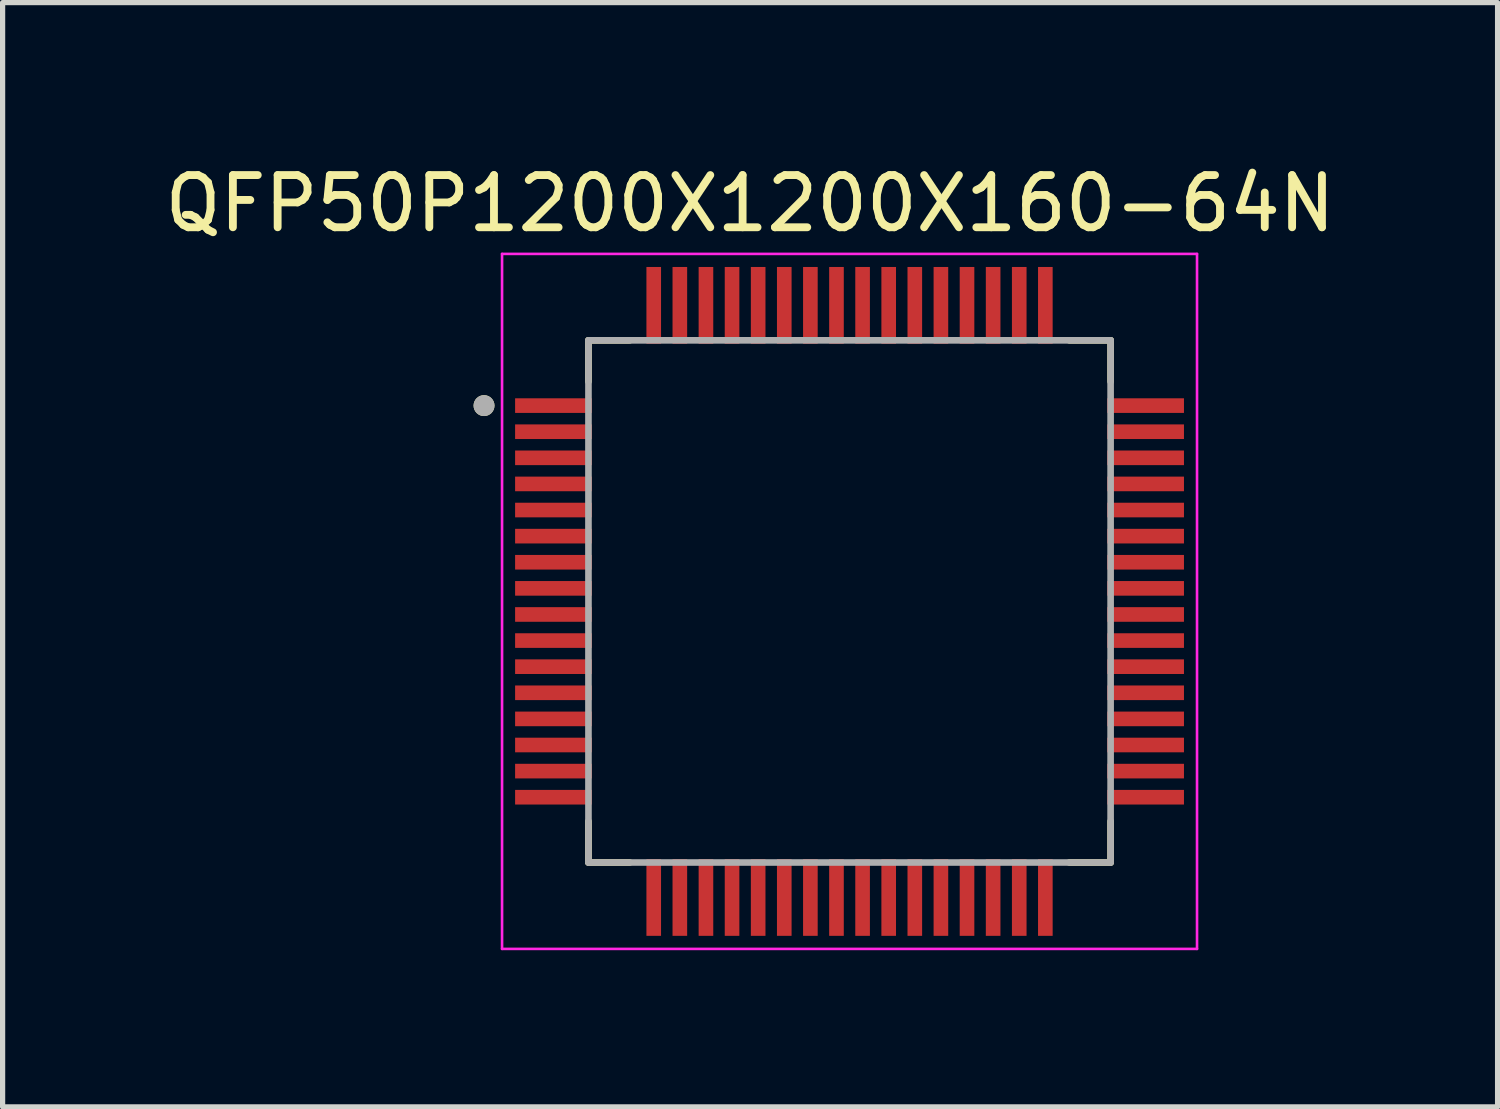
<source format=kicad_pcb>
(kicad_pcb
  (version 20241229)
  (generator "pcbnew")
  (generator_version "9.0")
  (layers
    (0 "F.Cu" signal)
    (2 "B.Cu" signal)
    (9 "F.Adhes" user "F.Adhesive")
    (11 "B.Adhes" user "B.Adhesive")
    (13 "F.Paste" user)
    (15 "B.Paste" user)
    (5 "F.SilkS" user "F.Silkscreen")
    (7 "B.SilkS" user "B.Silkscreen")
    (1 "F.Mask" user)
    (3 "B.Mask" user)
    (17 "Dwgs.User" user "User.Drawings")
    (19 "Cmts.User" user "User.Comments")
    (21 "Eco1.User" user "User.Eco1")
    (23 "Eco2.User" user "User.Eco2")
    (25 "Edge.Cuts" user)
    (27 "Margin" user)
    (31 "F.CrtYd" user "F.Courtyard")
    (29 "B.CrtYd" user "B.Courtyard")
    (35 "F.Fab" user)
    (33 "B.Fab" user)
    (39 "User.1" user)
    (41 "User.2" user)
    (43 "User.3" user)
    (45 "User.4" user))
  (footprint "QFP50P1200X1200X160-64N"
    (layer "F.Cu")
    (at 13.22 8.468)
    (property "Reference" "QFP50P1200X1200X160-64N" (at -1.905 -7.62 0) (layer "F.SilkS") (effects (font (size 1 1) (thickness 0.15))))
    (attr smd)
    (fp_line (start -5 -5) (end -5 -4.21) (stroke (width 0.127) (type solid)) (layer "F.SilkS"))
    (fp_line (start -5 -5) (end -4.21 -5) (stroke (width 0.127) (type solid)) (layer "F.SilkS"))
    (fp_line (start -5 5) (end -5 4.21) (stroke (width 0.127) (type solid)) (layer "F.SilkS"))
    (fp_line (start -5 5) (end -4.21 5) (stroke (width 0.127) (type solid)) (layer "F.SilkS"))
    (fp_line (start 5 -5) (end 4.21 -5) (stroke (width 0.127) (type solid)) (layer "F.SilkS"))
    (fp_line (start 5 -5) (end 5 -4.21) (stroke (width 0.127) (type solid)) (layer "F.SilkS"))
    (fp_line (start 5 5) (end 4.21 5) (stroke (width 0.127) (type solid)) (layer "F.SilkS"))
    (fp_line (start 5 5) (end 5 4.21) (stroke (width 0.127) (type solid)) (layer "F.SilkS"))
    (fp_circle (center -7 -3.75) (end -6.9 -3.75) (stroke (width 0.2) (type solid)) (fill no) (layer "F.SilkS"))
    (fp_line (start -6.655 -6.655) (end 6.655 -6.655) (stroke (width 0.05) (type solid)) (layer "F.CrtYd"))
    (fp_line (start -6.655 6.655) (end -6.655 -6.655) (stroke (width 0.05) (type solid)) (layer "F.CrtYd"))
    (fp_line (start 6.655 -6.655) (end 6.655 6.655) (stroke (width 0.05) (type solid)) (layer "F.CrtYd"))
    (fp_line (start 6.655 6.655) (end -6.655 6.655) (stroke (width 0.05) (type solid)) (layer "F.CrtYd"))
    (fp_line (start -5 -5) (end -5 5) (stroke (width 0.127) (type solid)) (layer "F.Fab"))
    (fp_line (start -5 5) (end 5 5) (stroke (width 0.127) (type solid)) (layer "F.Fab"))
    (fp_line (start 5 -5) (end -5 -5) (stroke (width 0.127) (type solid)) (layer "F.Fab"))
    (fp_line (start 5 5) (end 5 -5) (stroke (width 0.127) (type solid)) (layer "F.Fab"))
    (fp_circle (center -7 -3.75) (end -6.9 -3.75) (stroke (width 0.2) (type solid)) (fill no) (layer "F.Fab"))
    (pad "1" smd rect (at -5.67 -3.75) (size 1.47 0.28) (layers "F.Cu" "F.Mask" "F.Paste"))
    (pad "2" smd rect (at -5.67 -3.25) (size 1.47 0.28) (layers "F.Cu" "F.Mask" "F.Paste"))
    (pad "3" smd rect (at -5.67 -2.75) (size 1.47 0.28) (layers "F.Cu" "F.Mask" "F.Paste"))
    (pad "4" smd rect (at -5.67 -2.25) (size 1.47 0.28) (layers "F.Cu" "F.Mask" "F.Paste"))
    (pad "5" smd rect (at -5.67 -1.75) (size 1.47 0.28) (layers "F.Cu" "F.Mask" "F.Paste"))
    (pad "6" smd rect (at -5.67 -1.25) (size 1.47 0.28) (layers "F.Cu" "F.Mask" "F.Paste"))
    (pad "7" smd rect (at -5.67 -0.75) (size 1.47 0.28) (layers "F.Cu" "F.Mask" "F.Paste"))
    (pad "8" smd rect (at -5.67 -0.25) (size 1.47 0.28) (layers "F.Cu" "F.Mask" "F.Paste"))
    (pad "9" smd rect (at -5.67 0.25) (size 1.47 0.28) (layers "F.Cu" "F.Mask" "F.Paste"))
    (pad "10" smd rect (at -5.67 0.75) (size 1.47 0.28) (layers "F.Cu" "F.Mask" "F.Paste"))
    (pad "11" smd rect (at -5.67 1.25) (size 1.47 0.28) (layers "F.Cu" "F.Mask" "F.Paste"))
    (pad "12" smd rect (at -5.67 1.75) (size 1.47 0.28) (layers "F.Cu" "F.Mask" "F.Paste"))
    (pad "13" smd rect (at -5.67 2.25) (size 1.47 0.28) (layers "F.Cu" "F.Mask" "F.Paste"))
    (pad "14" smd rect (at -5.67 2.75) (size 1.47 0.28) (layers "F.Cu" "F.Mask" "F.Paste"))
    (pad "15" smd rect (at -5.67 3.25) (size 1.47 0.28) (layers "F.Cu" "F.Mask" "F.Paste"))
    (pad "16" smd rect (at -5.67 3.75) (size 1.47 0.28) (layers "F.Cu" "F.Mask" "F.Paste"))
    (pad "17" smd rect (at -3.75 5.67) (size 0.28 1.47) (layers "F.Cu" "F.Mask" "F.Paste"))
    (pad "18" smd rect (at -3.25 5.67) (size 0.28 1.47) (layers "F.Cu" "F.Mask" "F.Paste"))
    (pad "19" smd rect (at -2.75 5.67) (size 0.28 1.47) (layers "F.Cu" "F.Mask" "F.Paste"))
    (pad "20" smd rect (at -2.25 5.67) (size 0.28 1.47) (layers "F.Cu" "F.Mask" "F.Paste"))
    (pad "21" smd rect (at -1.75 5.67) (size 0.28 1.47) (layers "F.Cu" "F.Mask" "F.Paste"))
    (pad "22" smd rect (at -1.25 5.67) (size 0.28 1.47) (layers "F.Cu" "F.Mask" "F.Paste"))
    (pad "23" smd rect (at -0.75 5.67) (size 0.28 1.47) (layers "F.Cu" "F.Mask" "F.Paste"))
    (pad "24" smd rect (at -0.25 5.67) (size 0.28 1.47) (layers "F.Cu" "F.Mask" "F.Paste"))
    (pad "25" smd rect (at 0.25 5.67) (size 0.28 1.47) (layers "F.Cu" "F.Mask" "F.Paste"))
    (pad "26" smd rect (at 0.75 5.67) (size 0.28 1.47) (layers "F.Cu" "F.Mask" "F.Paste"))
    (pad "27" smd rect (at 1.25 5.67) (size 0.28 1.47) (layers "F.Cu" "F.Mask" "F.Paste"))
    (pad "28" smd rect (at 1.75 5.67) (size 0.28 1.47) (layers "F.Cu" "F.Mask" "F.Paste"))
    (pad "29" smd rect (at 2.25 5.67) (size 0.28 1.47) (layers "F.Cu" "F.Mask" "F.Paste"))
    (pad "30" smd rect (at 2.75 5.67) (size 0.28 1.47) (layers "F.Cu" "F.Mask" "F.Paste"))
    (pad "31" smd rect (at 3.25 5.67) (size 0.28 1.47) (layers "F.Cu" "F.Mask" "F.Paste"))
    (pad "32" smd rect (at 3.75 5.67) (size 0.28 1.47) (layers "F.Cu" "F.Mask" "F.Paste"))
    (pad "33" smd rect (at 5.67 3.75) (size 1.47 0.28) (layers "F.Cu" "F.Mask" "F.Paste"))
    (pad "34" smd rect (at 5.67 3.25) (size 1.47 0.28) (layers "F.Cu" "F.Mask" "F.Paste"))
    (pad "35" smd rect (at 5.67 2.75) (size 1.47 0.28) (layers "F.Cu" "F.Mask" "F.Paste"))
    (pad "36" smd rect (at 5.67 2.25) (size 1.47 0.28) (layers "F.Cu" "F.Mask" "F.Paste"))
    (pad "37" smd rect (at 5.67 1.75) (size 1.47 0.28) (layers "F.Cu" "F.Mask" "F.Paste"))
    (pad "38" smd rect (at 5.67 1.25) (size 1.47 0.28) (layers "F.Cu" "F.Mask" "F.Paste"))
    (pad "39" smd rect (at 5.67 0.75) (size 1.47 0.28) (layers "F.Cu" "F.Mask" "F.Paste"))
    (pad "40" smd rect (at 5.67 0.25) (size 1.47 0.28) (layers "F.Cu" "F.Mask" "F.Paste"))
    (pad "41" smd rect (at 5.67 -0.25) (size 1.47 0.28) (layers "F.Cu" "F.Mask" "F.Paste"))
    (pad "42" smd rect (at 5.67 -0.75) (size 1.47 0.28) (layers "F.Cu" "F.Mask" "F.Paste"))
    (pad "43" smd rect (at 5.67 -1.25) (size 1.47 0.28) (layers "F.Cu" "F.Mask" "F.Paste"))
    (pad "44" smd rect (at 5.67 -1.75) (size 1.47 0.28) (layers "F.Cu" "F.Mask" "F.Paste"))
    (pad "45" smd rect (at 5.67 -2.25) (size 1.47 0.28) (layers "F.Cu" "F.Mask" "F.Paste"))
    (pad "46" smd rect (at 5.67 -2.75) (size 1.47 0.28) (layers "F.Cu" "F.Mask" "F.Paste"))
    (pad "47" smd rect (at 5.67 -3.25) (size 1.47 0.28) (layers "F.Cu" "F.Mask" "F.Paste"))
    (pad "48" smd rect (at 5.67 -3.75) (size 1.47 0.28) (layers "F.Cu" "F.Mask" "F.Paste"))
    (pad "49" smd rect (at 3.75 -5.67) (size 0.28 1.47) (layers "F.Cu" "F.Mask" "F.Paste"))
    (pad "50" smd rect (at 3.25 -5.67) (size 0.28 1.47) (layers "F.Cu" "F.Mask" "F.Paste"))
    (pad "51" smd rect (at 2.75 -5.67) (size 0.28 1.47) (layers "F.Cu" "F.Mask" "F.Paste"))
    (pad "52" smd rect (at 2.25 -5.67) (size 0.28 1.47) (layers "F.Cu" "F.Mask" "F.Paste"))
    (pad "53" smd rect (at 1.75 -5.67) (size 0.28 1.47) (layers "F.Cu" "F.Mask" "F.Paste"))
    (pad "54" smd rect (at 1.25 -5.67) (size 0.28 1.47) (layers "F.Cu" "F.Mask" "F.Paste"))
    (pad "55" smd rect (at 0.75 -5.67) (size 0.28 1.47) (layers "F.Cu" "F.Mask" "F.Paste"))
    (pad "56" smd rect (at 0.25 -5.67) (size 0.28 1.47) (layers "F.Cu" "F.Mask" "F.Paste"))
    (pad "57" smd rect (at -0.25 -5.67) (size 0.28 1.47) (layers "F.Cu" "F.Mask" "F.Paste"))
    (pad "58" smd rect (at -0.75 -5.67) (size 0.28 1.47) (layers "F.Cu" "F.Mask" "F.Paste"))
    (pad "59" smd rect (at -1.25 -5.67) (size 0.28 1.47) (layers "F.Cu" "F.Mask" "F.Paste"))
    (pad "60" smd rect (at -1.75 -5.67) (size 0.28 1.47) (layers "F.Cu" "F.Mask" "F.Paste"))
    (pad "61" smd rect (at -2.25 -5.67) (size 0.28 1.47) (layers "F.Cu" "F.Mask" "F.Paste"))
    (pad "62" smd rect (at -2.75 -5.67) (size 0.28 1.47) (layers "F.Cu" "F.Mask" "F.Paste"))
    (pad "63" smd rect (at -3.25 -5.67) (size 0.28 1.47) (layers "F.Cu" "F.Mask" "F.Paste"))
    (pad "64" smd rect (at -3.75 -5.67) (size 0.28 1.47) (layers "F.Cu" "F.Mask" "F.Paste")))
  (gr_rect
    (start -3 -3)
    (end 25.631 18.148)
    (stroke (width 0.1) (type default))
    (fill no)
    (layer "Edge.Cuts")))
</source>
